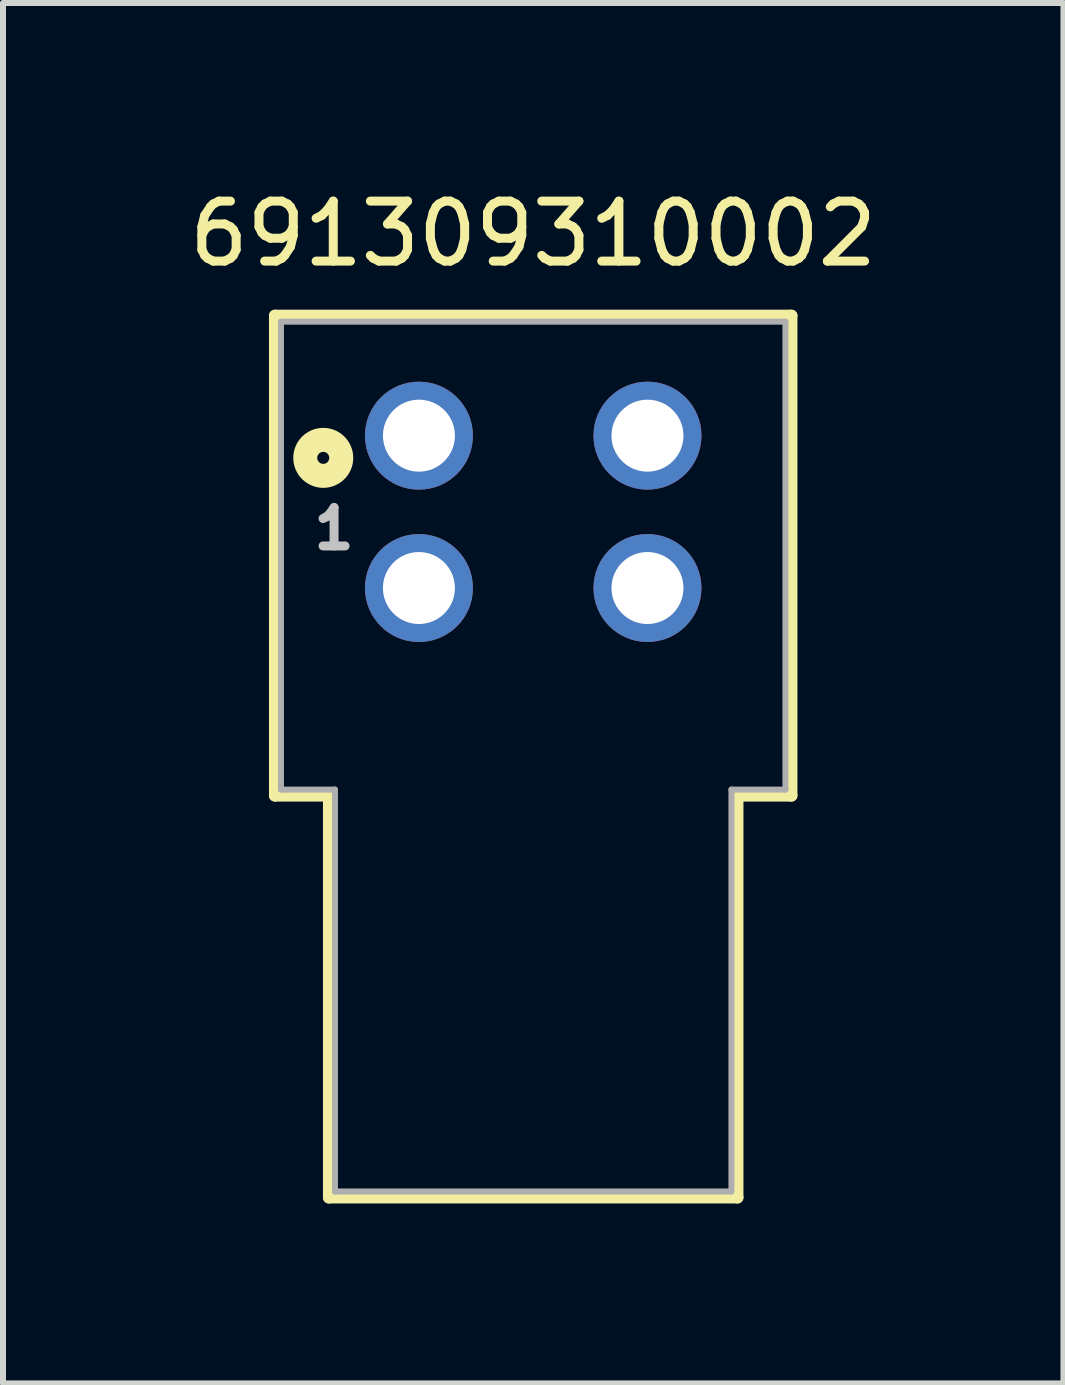
<source format=kicad_pcb>
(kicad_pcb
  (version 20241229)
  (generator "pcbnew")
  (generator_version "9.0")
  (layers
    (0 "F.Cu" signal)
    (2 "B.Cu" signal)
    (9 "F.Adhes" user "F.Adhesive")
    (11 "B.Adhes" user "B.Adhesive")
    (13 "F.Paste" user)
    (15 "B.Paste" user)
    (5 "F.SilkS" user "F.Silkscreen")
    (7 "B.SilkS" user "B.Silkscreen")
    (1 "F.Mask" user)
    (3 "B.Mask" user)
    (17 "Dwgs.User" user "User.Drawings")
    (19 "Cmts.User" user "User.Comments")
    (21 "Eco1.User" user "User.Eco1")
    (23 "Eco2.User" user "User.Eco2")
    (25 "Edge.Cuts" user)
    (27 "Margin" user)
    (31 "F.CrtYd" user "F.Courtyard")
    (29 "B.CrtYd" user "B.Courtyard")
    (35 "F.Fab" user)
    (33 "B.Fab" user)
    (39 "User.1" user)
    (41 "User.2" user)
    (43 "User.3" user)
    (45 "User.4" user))
  (footprint "691309310002"
    (layer "F.Cu")
    (at 5.839 5.483)
    (property "Reference" "691309310002" (at 0 -4.635 0) (layer "F.SilkS") (effects (font (size 1 1) (thickness 0.15))))
    (attr through_hole)
    (fp_line (start -4.305 -3.27) (end 4.305 -3.27) (stroke (width 0.2) (type solid)) (layer "F.SilkS"))
    (fp_line (start -4.305 4.73) (end -4.305 -3.27) (stroke (width 0.2) (type solid)) (layer "F.SilkS"))
    (fp_line (start -3.405 4.73) (end -4.305 4.73) (stroke (width 0.2) (type solid)) (layer "F.SilkS"))
    (fp_line (start -3.405 11.43) (end -3.405 4.73) (stroke (width 0.2) (type solid)) (layer "F.SilkS"))
    (fp_line (start 3.405 4.73) (end 3.405 11.43) (stroke (width 0.2) (type solid)) (layer "F.SilkS"))
    (fp_line (start 3.405 11.43) (end -3.405 11.43) (stroke (width 0.2) (type solid)) (layer "F.SilkS"))
    (fp_line (start 4.305 -3.27) (end 4.305 4.73) (stroke (width 0.2) (type solid)) (layer "F.SilkS"))
    (fp_line (start 4.305 4.73) (end 3.405 4.73) (stroke (width 0.2) (type solid)) (layer "F.SilkS"))
    (fp_circle (center -3.5 -0.9) (end -3.4 -0.9) (stroke (width 0.4) (type solid)) (fill no) (layer "F.SilkS"))
    (fp_line (start -4.205 -3.17) (end -4.205 4.63) (stroke (width 0.1) (type solid)) (layer "F.Fab"))
    (fp_line (start -4.205 -3.17) (end 4.205 -3.17) (stroke (width 0.1) (type solid)) (layer "F.Fab"))
    (fp_line (start -4.205 4.63) (end -3.305 4.63) (stroke (width 0.1) (type solid)) (layer "F.Fab"))
    (fp_line (start -3.305 11.33) (end -3.305 4.63) (stroke (width 0.1) (type solid)) (layer "F.Fab"))
    (fp_line (start -3.305 11.33) (end 3.305 11.33) (stroke (width 0.1) (type solid)) (layer "F.Fab"))
    (fp_line (start 3.305 4.63) (end 4.205 4.63) (stroke (width 0.1) (type solid)) (layer "F.Fab"))
    (fp_line (start 3.305 11.33) (end 3.305 4.63) (stroke (width 0.1) (type solid)) (layer "F.Fab"))
    (fp_line (start 4.205 -3.17) (end 4.205 4.63) (stroke (width 0.1) (type solid)) (layer "F.Fab"))
    (fp_text user "1" (at -3.32 0.28 0) (layer "Dwgs.User") (effects (font (size 0.64 0.64) (thickness 0.15))))
    (pad "1" thru_hole circle (at -1.905 -1.27) (size 1.8 1.8) (drill 1.2) (layers "*.Cu" "*.Mask"))
    (pad "1" thru_hole circle (at -1.905 1.27) (size 1.8 1.8) (drill 1.2) (layers "*.Cu" "*.Mask"))
    (pad "2" thru_hole circle (at 1.905 -1.27) (size 1.8 1.8) (drill 1.2) (layers "*.Cu" "*.Mask"))
    (pad "2" thru_hole circle (at 1.905 1.27) (size 1.8 1.8) (drill 1.2) (layers "*.Cu" "*.Mask")))
  (gr_rect
    (start -3 -3)
    (end 14.679 20.013)
    (stroke (width 0.1) (type default))
    (fill no)
    (layer "Edge.Cuts")))
</source>
